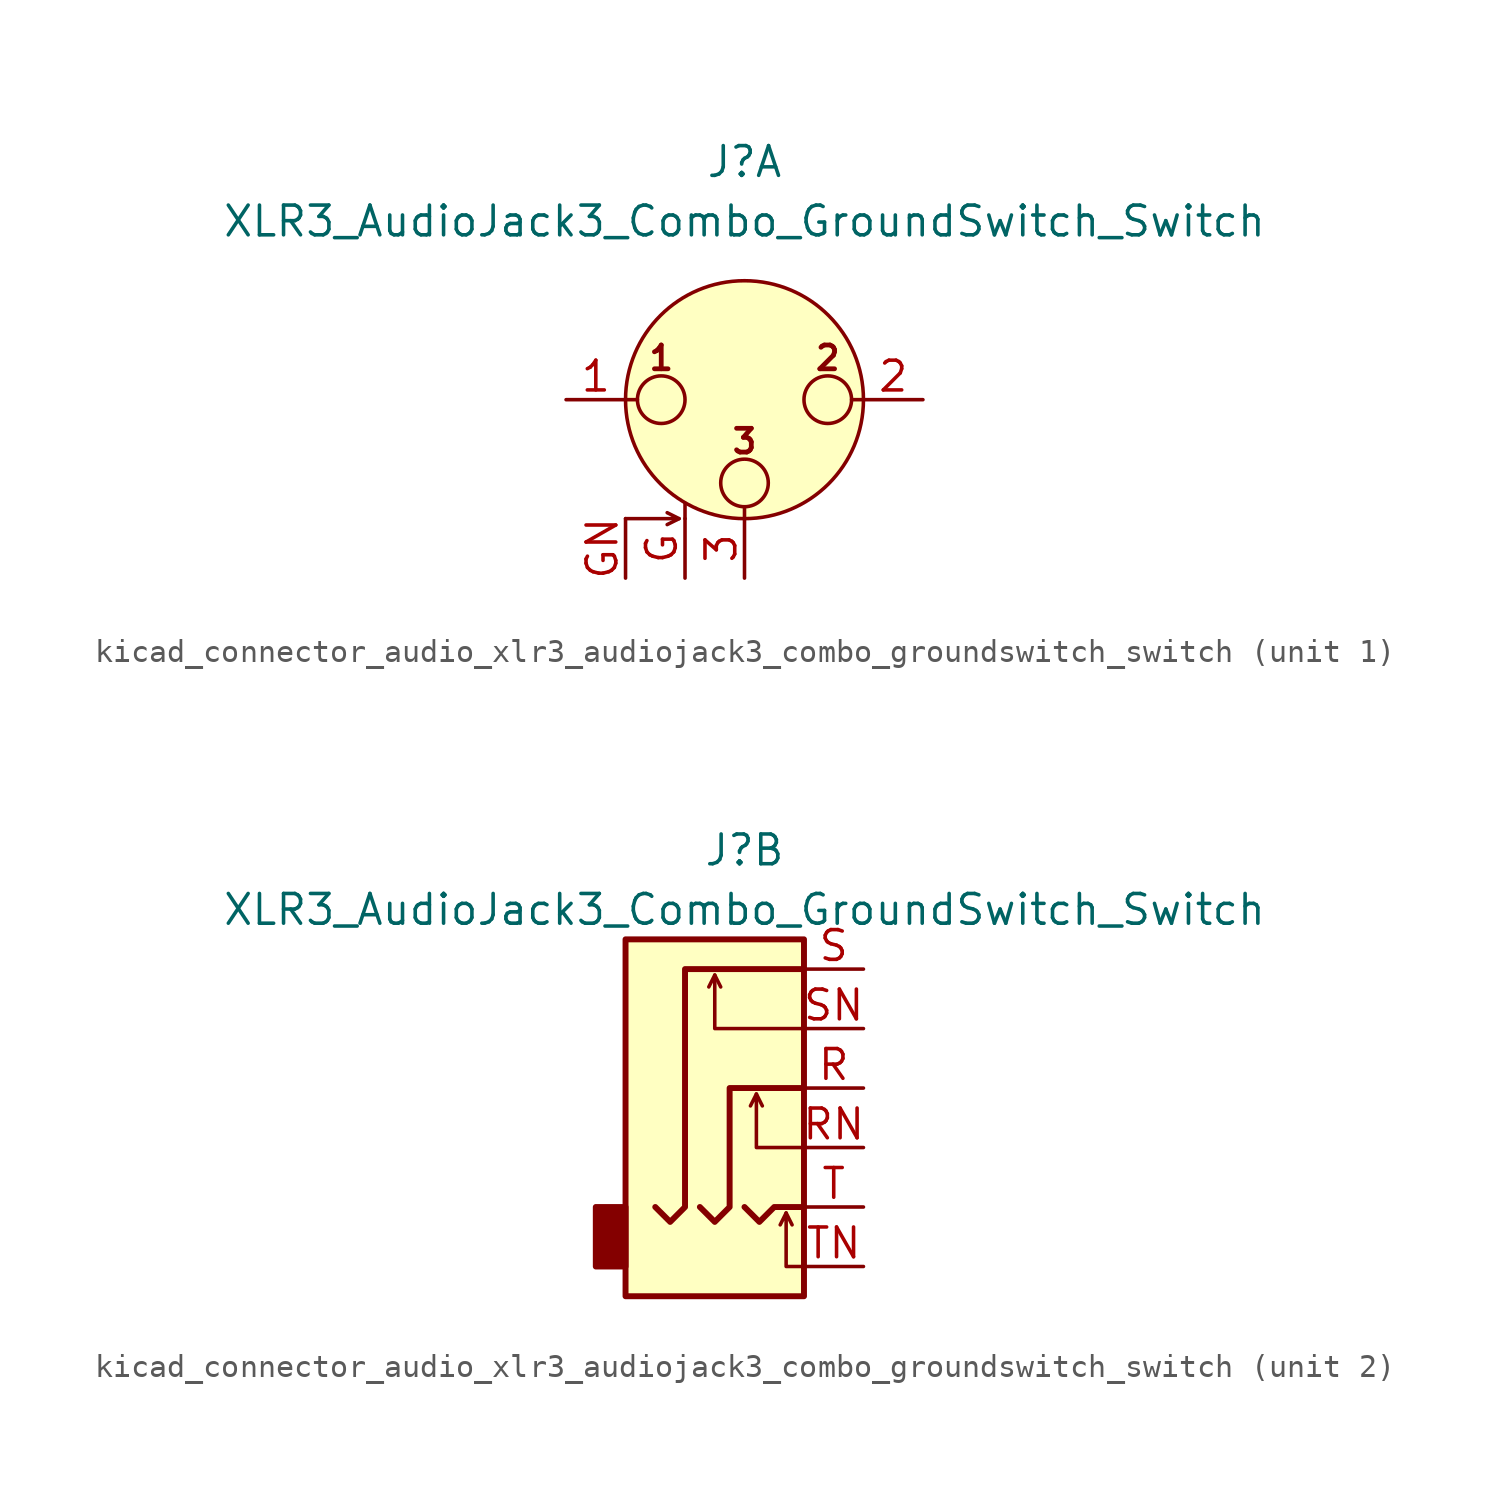
<source format=kicad_sym>
(kicad_symbol_lib
  (version 20220914)
  (generator kicad_symbol_editor)
  (symbol "kicad_connector_audio_xlr3_audiojack3_combo_groundswitch_switch"
    (pin_names hide)
    (property "Reference" "J"
      (at 0 10.16 0)
      (effects (font (size 1.27 1.27))))
    (property "Value" "XLR3_AudioJack3_Combo_GroundSwitch_Switch"
      (at 0 7.62 0)
      (effects (font (size 1.27 1.27))))
    (symbol "kicad_connector_audio_xlr3_audiojack3_combo_groundswitch_switch_1_1"
      (circle (center -3.556 0) (radius 1.016) (stroke (width 0) (type default)) (fill (type none)))
      (circle (center 0 -3.556) (radius 1.016) (stroke (width 0) (type default)) (fill (type none)))
      (polyline (pts (xy -5.08 0) (xy -4.572 0)) (stroke (width 0) (type default)) (fill (type none)))
      (polyline (pts (xy -2.794 -5.08) (xy -3.302 -5.334)) (stroke (width 0) (type default)) (fill (type none)))
      (polyline (pts (xy -2.54 -5.08) (xy -2.54 -4.445)) (stroke (width 0) (type default)) (fill (type none)))
      (polyline (pts (xy 0 -5.08) (xy 0 -4.572)) (stroke (width 0) (type default)) (fill (type none)))
      (polyline (pts (xy 5.08 0) (xy 4.572 0)) (stroke (width 0) (type default)) (fill (type none)))
      (polyline (pts (xy -5.08 -5.08) (xy -2.794 -5.08) (xy -3.302 -4.826)) (stroke (width 0) (type default)) (fill (type none)))
      (circle (center 0 0) (radius 5.08) (stroke (width 0) (type default)) (fill (type background)))
      (circle (center 3.556 0) (radius 1.016) (stroke (width 0) (type default)) (fill (type none)))
      (text "1" (at -3.556 1.778 0) (effects (font (size 1.016 1.016) bold)))
      (text "2" (at 3.556 1.778 0) (effects (font (size 1.016 1.016) bold)))
      (text "3" (at 0 -1.778 0) (effects (font (size 1.016 1.016) bold)))
      (pin passive line (at -7.62 0 0) (length 2.54) (name "~" (effects (font (size 1.27 1.27)))) (number "1" (effects (font (size 1.27 1.27)))))
      (pin passive line (at 7.62 0 180) (length 2.54) (name "~" (effects (font (size 1.27 1.27)))) (number "2" (effects (font (size 1.27 1.27)))))
      (pin passive line (at 0 -7.62 90) (length 2.54) (name "~" (effects (font (size 1.27 1.27)))) (number "3" (effects (font (size 1.27 1.27)))))
      (pin passive line (at -2.54 -7.62 90) (length 2.54) (name "~" (effects (font (size 1.27 1.27)))) (number "G" (effects (font (size 1.27 1.27)))))
      (pin passive line (at -5.08 -7.62 90) (length 2.54) (name "~" (effects (font (size 1.27 1.27)))) (number "GN" (effects (font (size 1.27 1.27))))))
    (symbol "kicad_connector_audio_xlr3_audiojack3_combo_groundswitch_switch_2_1"
      (rectangle (start -5.08 -5.08) (end -6.35 -7.62) (stroke (width 0.254) (type default)) (fill (type outline)))
      (polyline (pts (xy -1.27 4.826) (xy -1.016 4.318)) (stroke (width 0) (type default)) (fill (type none)))
      (polyline (pts (xy 0.508 -0.254) (xy 0.762 -0.762)) (stroke (width 0) (type default)) (fill (type none)))
      (polyline (pts (xy 1.778 -5.334) (xy 2.032 -5.842)) (stroke (width 0) (type default)) (fill (type none)))
      (polyline (pts (xy 0 -5.08) (xy 0.635 -5.715) (xy 1.27 -5.08) (xy 2.54 -5.08)) (stroke (width 0.254) (type default)) (fill (type none)))
      (polyline (pts (xy 2.54 -7.62) (xy 1.778 -7.62) (xy 1.778 -5.334) (xy 1.524 -5.842)) (stroke (width 0) (type default)) (fill (type none)))
      (polyline (pts (xy 2.54 -2.54) (xy 0.508 -2.54) (xy 0.508 -0.254) (xy 0.254 -0.762)) (stroke (width 0) (type default)) (fill (type none)))
      (polyline (pts (xy 2.54 2.54) (xy -1.27 2.54) (xy -1.27 4.826) (xy -1.524 4.318)) (stroke (width 0) (type default)) (fill (type none)))
      (polyline (pts (xy -1.905 -5.08) (xy -1.27 -5.715) (xy -0.635 -5.08) (xy -0.635 0) (xy 2.54 0)) (stroke (width 0.254) (type default)) (fill (type none)))
      (polyline (pts (xy 2.54 5.08) (xy -2.54 5.08) (xy -2.54 -5.08) (xy -3.175 -5.715) (xy -3.81 -5.08)) (stroke (width 0.254) (type default)) (fill (type none)))
      (rectangle (start 2.54 6.35) (end -5.08 -8.89) (stroke (width 0.254) (type default)) (fill (type background)))
      (pin passive line (at 5.08 0 180) (length 2.54) (name "~" (effects (font (size 1.27 1.27)))) (number "R" (effects (font (size 1.27 1.27)))))
      (pin passive line (at 5.08 -2.54 180) (length 2.54) (name "~" (effects (font (size 1.27 1.27)))) (number "RN" (effects (font (size 1.27 1.27)))))
      (pin passive line (at 5.08 5.08 180) (length 2.54) (name "~" (effects (font (size 1.27 1.27)))) (number "S" (effects (font (size 1.27 1.27)))))
      (pin passive line (at 5.08 2.54 180) (length 2.54) (name "~" (effects (font (size 1.27 1.27)))) (number "SN" (effects (font (size 1.27 1.27)))))
      (pin passive line (at 5.08 -5.08 180) (length 2.54) (name "~" (effects (font (size 1.27 1.27)))) (number "T" (effects (font (size 1.27 1.27)))))
      (pin passive line (at 5.08 -7.62 180) (length 2.54) (name "~" (effects (font (size 1.27 1.27)))) (number "TN" (effects (font (size 1.27 1.27))))))))
</source>
